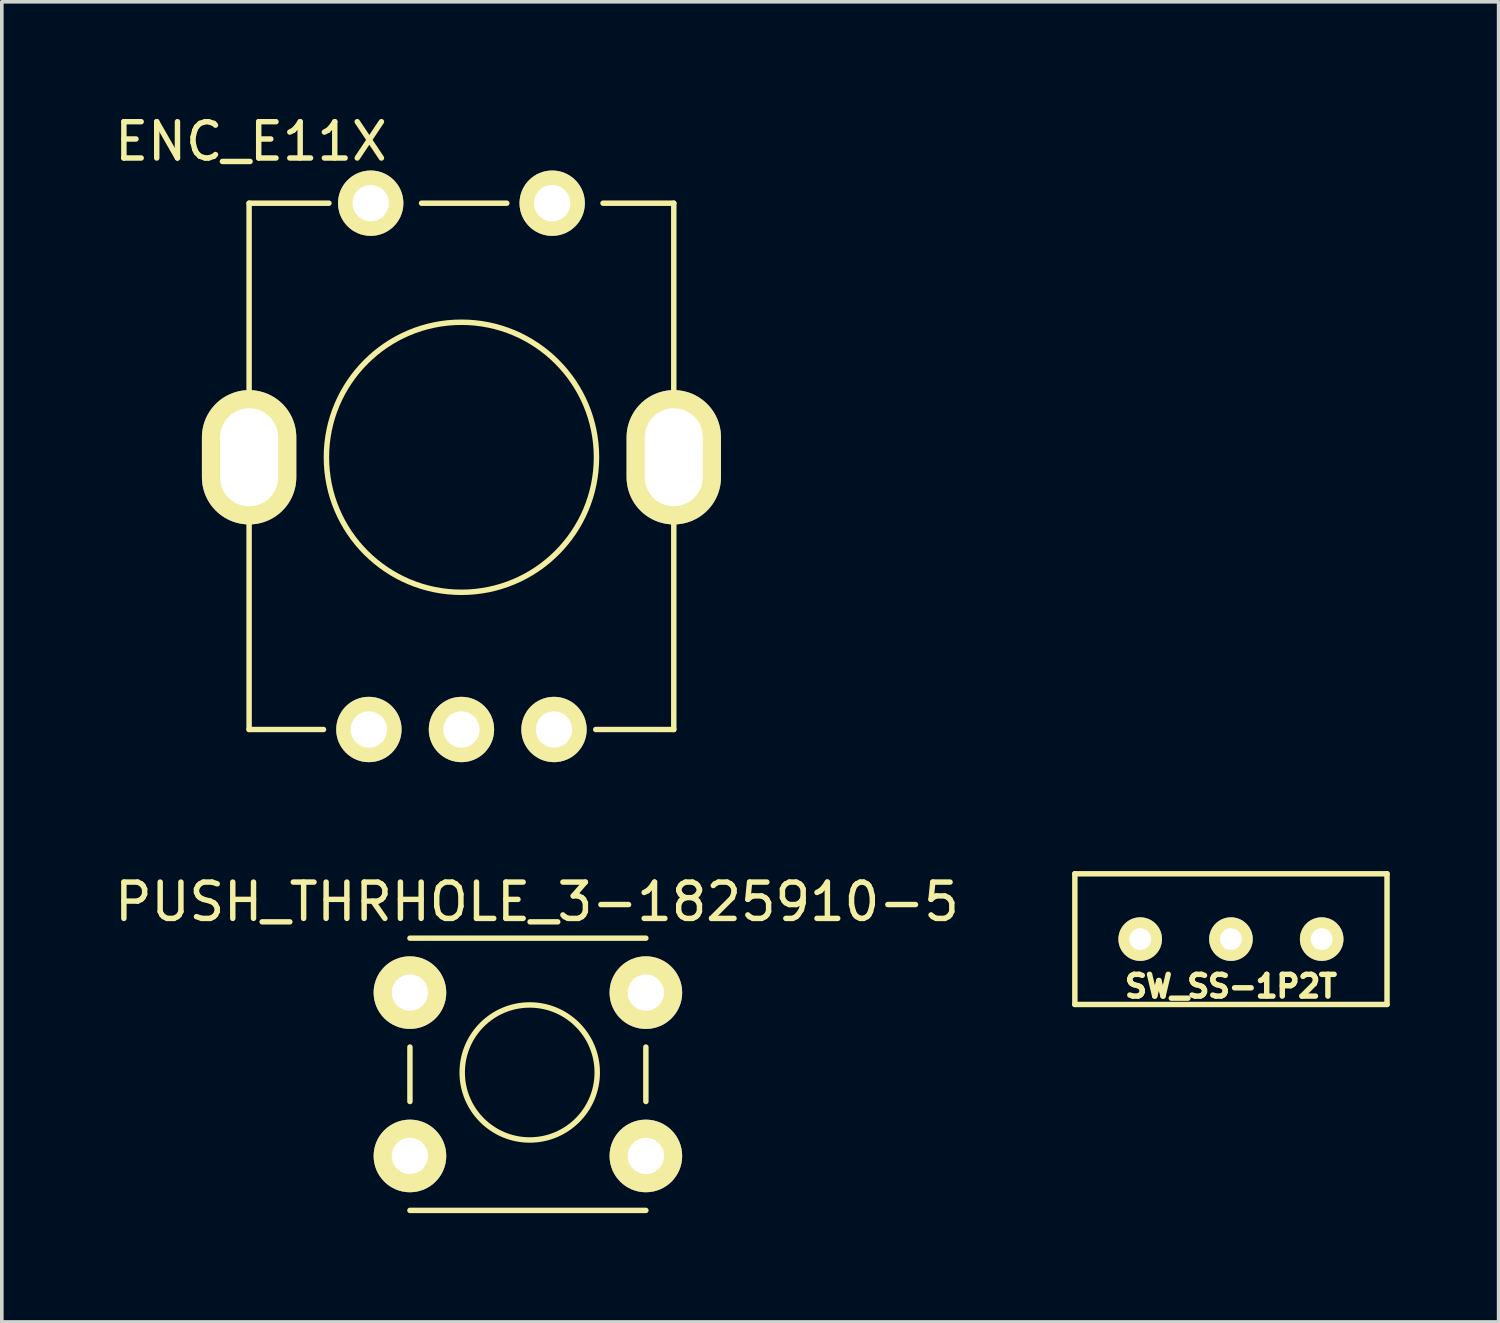
<source format=kicad_pcb>
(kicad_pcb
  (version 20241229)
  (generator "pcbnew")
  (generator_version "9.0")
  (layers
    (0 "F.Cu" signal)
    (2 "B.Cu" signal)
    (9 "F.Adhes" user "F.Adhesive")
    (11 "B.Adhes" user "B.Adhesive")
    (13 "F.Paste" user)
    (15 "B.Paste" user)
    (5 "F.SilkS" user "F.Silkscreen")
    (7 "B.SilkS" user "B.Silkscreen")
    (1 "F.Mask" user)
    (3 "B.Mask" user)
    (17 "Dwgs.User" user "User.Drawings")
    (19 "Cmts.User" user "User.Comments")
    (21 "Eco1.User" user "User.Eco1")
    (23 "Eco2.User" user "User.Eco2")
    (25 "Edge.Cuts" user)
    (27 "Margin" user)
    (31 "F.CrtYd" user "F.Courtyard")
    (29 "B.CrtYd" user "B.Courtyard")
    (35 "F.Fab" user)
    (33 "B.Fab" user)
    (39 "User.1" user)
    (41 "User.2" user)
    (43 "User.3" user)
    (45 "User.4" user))
  (footprint "ENC_E11X"
    (layer "F.Cu")
    (at 9.663 9.548)
    (property "Reference" "ENC_E11X" (at -5.8 -8.7 0) (layer "F.SilkS") (effects (font (size 1 1) (thickness 0.15))))
    (attr through_hole)
    (fp_line (start -5.85 -7) (end -5.85 0) (stroke (width 0.15) (type solid)) (layer "F.SilkS"))
    (fp_line (start -5.85 -7) (end -3.65 -7) (stroke (width 0.15) (type solid)) (layer "F.SilkS"))
    (fp_line (start -5.85 0.05) (end -5.85 0) (stroke (width 0.15) (type solid)) (layer "F.SilkS"))
    (fp_line (start -5.85 0.05) (end -5.85 7.5) (stroke (width 0.15) (type solid)) (layer "F.SilkS"))
    (fp_line (start -5.85 7.5) (end -3.8 7.5) (stroke (width 0.15) (type solid)) (layer "F.SilkS"))
    (fp_line (start -1.1 -7) (end 1.25 -7) (stroke (width 0.15) (type solid)) (layer "F.SilkS"))
    (fp_line (start 5.85 -7) (end 3.9 -7) (stroke (width 0.15) (type solid)) (layer "F.SilkS"))
    (fp_line (start 5.85 -7) (end 5.85 0) (stroke (width 0.15) (type solid)) (layer "F.SilkS"))
    (fp_line (start 5.85 0) (end 5.85 7.5) (stroke (width 0.15) (type solid)) (layer "F.SilkS"))
    (fp_line (start 5.85 7.5) (end 3.7 7.5) (stroke (width 0.15) (type solid)) (layer "F.SilkS"))
    (fp_circle (center 0 0) (end 3 2.2) (stroke (width 0.15) (type solid)) (fill no) (layer "F.SilkS"))
    (pad "" thru_hole oval (at -5.85 0) (size 2.6 3.7) (drill oval 1.6 2.7) (layers "*.Cu" "*.Mask" "F.SilkS"))
    (pad "" thru_hole oval (at 5.85 0) (size 2.6 3.7) (drill oval 1.6 2.7) (layers "*.Cu" "*.Mask" "F.SilkS"))
    (pad "1" thru_hole circle (at -2.55 7.5) (size 1.8 1.8) (drill 1) (layers "*.Cu" "*.Mask" "F.SilkS"))
    (pad "2" thru_hole circle (at 0 7.5) (size 1.8 1.8) (drill 1) (layers "*.Cu" "*.Mask" "F.SilkS"))
    (pad "3" thru_hole circle (at 2.55 7.5) (size 1.8 1.8) (drill 1) (layers "*.Cu" "*.Mask" "F.SilkS"))
    (pad "4" thru_hole circle (at -2.5 -7) (size 1.8 1.8) (drill 1) (layers "*.Cu" "*.Mask" "F.SilkS"))
    (pad "5" thru_hole circle (at 2.5 -7) (size 1.8 1.8) (drill 1) (layers "*.Cu" "*.Mask" "F.SilkS")))
  (footprint "PUSH_THRHOLE_3-1825910-5"
    (layer "F.Cu")
    (at 7.744 29.297)
    (property "Reference" "PUSH_THRHOLE_3-1825910-5" (at 4 -7.5 0) (layer "F.SilkS") (effects (font (size 1 1) (thickness 0.15))))
    (attr through_hole)
    (fp_line (start 0.5 -6.5) (end 7 -6.5) (stroke (width 0.15) (type solid)) (layer "F.SilkS"))
    (fp_line (start 0.5 -3.5) (end 0.5 -2) (stroke (width 0.15) (type solid)) (layer "F.SilkS"))
    (fp_line (start 0.5 1) (end 7 1) (stroke (width 0.15) (type solid)) (layer "F.SilkS"))
    (fp_line (start 7 -3.5) (end 7 -2) (stroke (width 0.15) (type solid)) (layer "F.SilkS"))
    (fp_circle (center 3.8 -2.8) (end 5.3 -1.7) (stroke (width 0.15) (type solid)) (fill no) (layer "F.SilkS"))
    (pad "1" thru_hole circle (at 0.5 -5) (size 2 2) (drill 1) (layers "*.Cu" "*.Mask" "F.SilkS"))
    (pad "1" thru_hole circle (at 7 -5) (size 2 2) (drill 1) (layers "*.Cu" "*.Mask" "F.SilkS"))
    (pad "2" thru_hole circle (at 0.5 -0.5) (size 2 2) (drill 1) (layers "*.Cu" "*.Mask" "F.SilkS"))
    (pad "2" thru_hole circle (at 7 -0.5) (size 2 2) (drill 1) (layers "*.Cu" "*.Mask" "F.SilkS")))
  (footprint "SW_SS-1P2T"
    (layer "F.Cu")
    (at 30.863 22.823)
    (property "Reference" "SW_SS-1P2T" (at 0 1.3 0) (layer "F.SilkS") (effects (font (size 0.6 0.6) (thickness 0.15))))
    (attr through_hole)
    (fp_line (start -4.3 -1.8) (end 4.3 -1.8) (stroke (width 0.15) (type solid)) (layer "F.SilkS"))
    (fp_line (start -4.3 1.8) (end -4.3 -1.8) (stroke (width 0.15) (type solid)) (layer "F.SilkS"))
    (fp_line (start 4.3 -1.8) (end 4.3 1.8) (stroke (width 0.15) (type solid)) (layer "F.SilkS"))
    (fp_line (start 4.3 1.8) (end -4.3 1.8) (stroke (width 0.15) (type solid)) (layer "F.SilkS"))
    (pad "1" thru_hole circle (at -2.5 0) (size 1.2 1.2) (drill 0.6) (layers "*.Cu" "*.Mask" "F.SilkS"))
    (pad "2" thru_hole circle (at 0 0) (size 1.2 1.2) (drill 0.6) (layers "*.Cu" "*.Mask" "F.SilkS"))
    (pad "3" thru_hole circle (at 2.5 0) (size 1.2 1.2) (drill 0.6) (layers "*.Cu" "*.Mask" "F.SilkS")))
  (gr_rect
    (start -3 -3)
    (end 38.238 33.371)
    (stroke (width 0.1) (type default))
    (fill no)
    (layer "Edge.Cuts")))
</source>
